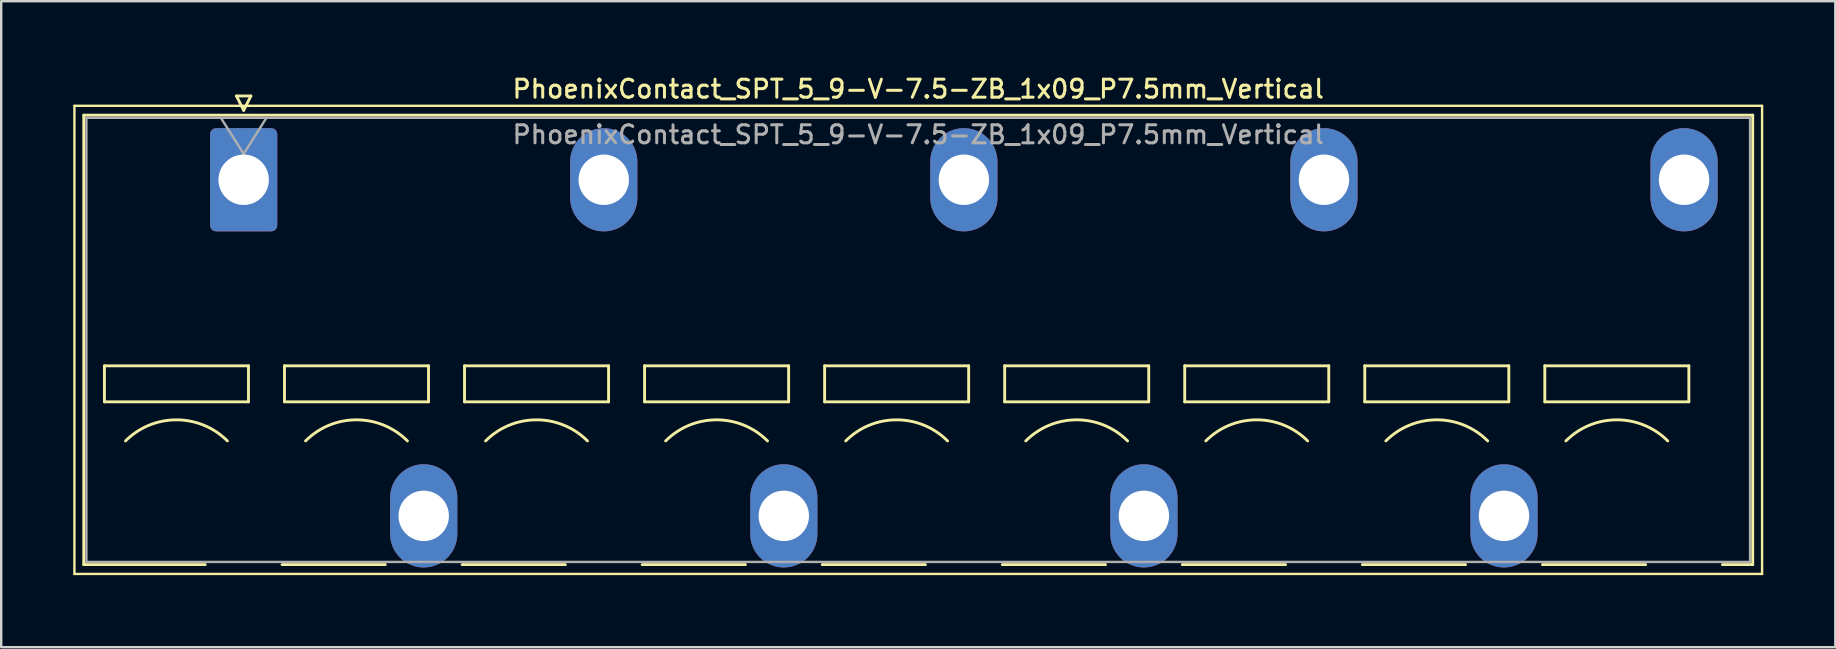
<source format=kicad_pcb>
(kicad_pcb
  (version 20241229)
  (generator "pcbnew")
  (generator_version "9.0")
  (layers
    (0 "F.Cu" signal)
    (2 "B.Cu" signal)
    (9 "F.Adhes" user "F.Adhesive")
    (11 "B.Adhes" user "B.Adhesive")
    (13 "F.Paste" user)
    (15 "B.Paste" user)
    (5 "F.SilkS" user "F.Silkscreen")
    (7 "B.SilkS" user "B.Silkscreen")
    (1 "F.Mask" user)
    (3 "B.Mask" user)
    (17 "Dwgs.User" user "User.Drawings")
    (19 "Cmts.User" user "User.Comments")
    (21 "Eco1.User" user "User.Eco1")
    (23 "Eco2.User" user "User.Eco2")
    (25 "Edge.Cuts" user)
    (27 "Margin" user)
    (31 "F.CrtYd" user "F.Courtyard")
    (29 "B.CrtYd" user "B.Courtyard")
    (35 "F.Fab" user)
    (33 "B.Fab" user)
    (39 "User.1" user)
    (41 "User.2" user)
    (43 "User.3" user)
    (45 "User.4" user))
  (footprint "PhoenixContact_SPT_5_9-V-7.5-ZB_1x09_P7.5mm_Vertical"
    (layer "F.Cu")
    (at 7.1 4.438)
    (property "Reference" "PhoenixContact_SPT_5_9-V-7.5-ZB_1x09_P7.5mm_Vertical" (at 28.1 -3.78 0) (layer "F.SilkS") (effects (font (size 0.75 0.75) (thickness 0.125))))
    (attr through_hole)
    (fp_line (start -7.05 -3.08) (end -7.05 16.42) (stroke (width 0.1) (type solid)) (layer "F.SilkS"))
    (fp_line (start -7.05 16.42) (end 63.25 16.42) (stroke (width 0.1) (type solid)) (layer "F.SilkS"))
    (fp_line (start -6.66 -2.69) (end 62.86 -2.69) (stroke (width 0.12) (type solid)) (layer "F.SilkS"))
    (fp_line (start -6.66 16.03) (end -6.66 -2.69) (stroke (width 0.12) (type solid)) (layer "F.SilkS"))
    (fp_line (start -6.66 16.03) (end -1.6 16.03) (stroke (width 0.12) (type solid)) (layer "F.SilkS"))
    (fp_line (start -5.8 7.75) (end -5.8 9.25) (stroke (width 0.12) (type solid)) (layer "F.SilkS"))
    (fp_line (start -5.8 9.25) (end 0.2 9.25) (stroke (width 0.12) (type solid)) (layer "F.SilkS"))
    (fp_line (start -0.3 -3.49) (end 0 -2.89) (stroke (width 0.12) (type solid)) (layer "F.SilkS"))
    (fp_line (start -0.3 -3.49) (end 0.3 -3.49) (stroke (width 0.12) (type solid)) (layer "F.SilkS"))
    (fp_line (start 0.2 7.75) (end -5.8 7.75) (stroke (width 0.12) (type solid)) (layer "F.SilkS"))
    (fp_line (start 0.2 9.25) (end 0.2 7.75) (stroke (width 0.12) (type solid)) (layer "F.SilkS"))
    (fp_line (start 0.3 -3.49) (end 0 -2.89) (stroke (width 0.12) (type solid)) (layer "F.SilkS"))
    (fp_line (start 1.6 16.03) (end 5.9 16.03) (stroke (width 0.12) (type solid)) (layer "F.SilkS"))
    (fp_line (start 1.7 7.75) (end 1.7 9.25) (stroke (width 0.12) (type solid)) (layer "F.SilkS"))
    (fp_line (start 1.7 9.25) (end 7.7 9.25) (stroke (width 0.12) (type solid)) (layer "F.SilkS"))
    (fp_line (start 7.7 7.75) (end 1.7 7.75) (stroke (width 0.12) (type solid)) (layer "F.SilkS"))
    (fp_line (start 7.7 9.25) (end 7.7 7.75) (stroke (width 0.12) (type solid)) (layer "F.SilkS"))
    (fp_line (start 9.1 16.03) (end 13.4 16.03) (stroke (width 0.12) (type solid)) (layer "F.SilkS"))
    (fp_line (start 9.2 7.75) (end 9.2 9.25) (stroke (width 0.12) (type solid)) (layer "F.SilkS"))
    (fp_line (start 9.2 9.25) (end 15.2 9.25) (stroke (width 0.12) (type solid)) (layer "F.SilkS"))
    (fp_line (start 15.2 7.75) (end 9.2 7.75) (stroke (width 0.12) (type solid)) (layer "F.SilkS"))
    (fp_line (start 15.2 9.25) (end 15.2 7.75) (stroke (width 0.12) (type solid)) (layer "F.SilkS"))
    (fp_line (start 16.6 16.03) (end 20.9 16.03) (stroke (width 0.12) (type solid)) (layer "F.SilkS"))
    (fp_line (start 16.7 7.75) (end 16.7 9.25) (stroke (width 0.12) (type solid)) (layer "F.SilkS"))
    (fp_line (start 16.7 9.25) (end 22.7 9.25) (stroke (width 0.12) (type solid)) (layer "F.SilkS"))
    (fp_line (start 22.7 7.75) (end 16.7 7.75) (stroke (width 0.12) (type solid)) (layer "F.SilkS"))
    (fp_line (start 22.7 9.25) (end 22.7 7.75) (stroke (width 0.12) (type solid)) (layer "F.SilkS"))
    (fp_line (start 24.1 16.03) (end 28.4 16.03) (stroke (width 0.12) (type solid)) (layer "F.SilkS"))
    (fp_line (start 24.2 7.75) (end 24.2 9.25) (stroke (width 0.12) (type solid)) (layer "F.SilkS"))
    (fp_line (start 24.2 9.25) (end 30.2 9.25) (stroke (width 0.12) (type solid)) (layer "F.SilkS"))
    (fp_line (start 30.2 7.75) (end 24.2 7.75) (stroke (width 0.12) (type solid)) (layer "F.SilkS"))
    (fp_line (start 30.2 9.25) (end 30.2 7.75) (stroke (width 0.12) (type solid)) (layer "F.SilkS"))
    (fp_line (start 31.6 16.03) (end 35.9 16.03) (stroke (width 0.12) (type solid)) (layer "F.SilkS"))
    (fp_line (start 31.7 7.75) (end 31.7 9.25) (stroke (width 0.12) (type solid)) (layer "F.SilkS"))
    (fp_line (start 31.7 9.25) (end 37.7 9.25) (stroke (width 0.12) (type solid)) (layer "F.SilkS"))
    (fp_line (start 37.7 7.75) (end 31.7 7.75) (stroke (width 0.12) (type solid)) (layer "F.SilkS"))
    (fp_line (start 37.7 9.25) (end 37.7 7.75) (stroke (width 0.12) (type solid)) (layer "F.SilkS"))
    (fp_line (start 39.1 16.03) (end 43.4 16.03) (stroke (width 0.12) (type solid)) (layer "F.SilkS"))
    (fp_line (start 39.2 7.75) (end 39.2 9.25) (stroke (width 0.12) (type solid)) (layer "F.SilkS"))
    (fp_line (start 39.2 9.25) (end 45.2 9.25) (stroke (width 0.12) (type solid)) (layer "F.SilkS"))
    (fp_line (start 45.2 7.75) (end 39.2 7.75) (stroke (width 0.12) (type solid)) (layer "F.SilkS"))
    (fp_line (start 45.2 9.25) (end 45.2 7.75) (stroke (width 0.12) (type solid)) (layer "F.SilkS"))
    (fp_line (start 46.6 16.03) (end 50.9 16.03) (stroke (width 0.12) (type solid)) (layer "F.SilkS"))
    (fp_line (start 46.7 7.75) (end 46.7 9.25) (stroke (width 0.12) (type solid)) (layer "F.SilkS"))
    (fp_line (start 46.7 9.25) (end 52.7 9.25) (stroke (width 0.12) (type solid)) (layer "F.SilkS"))
    (fp_line (start 52.7 7.75) (end 46.7 7.75) (stroke (width 0.12) (type solid)) (layer "F.SilkS"))
    (fp_line (start 52.7 9.25) (end 52.7 7.75) (stroke (width 0.12) (type solid)) (layer "F.SilkS"))
    (fp_line (start 54.1 16.03) (end 58.4 16.03) (stroke (width 0.12) (type solid)) (layer "F.SilkS"))
    (fp_line (start 54.2 7.75) (end 54.2 9.25) (stroke (width 0.12) (type solid)) (layer "F.SilkS"))
    (fp_line (start 54.2 9.25) (end 60.2 9.25) (stroke (width 0.12) (type solid)) (layer "F.SilkS"))
    (fp_line (start 60.2 7.75) (end 54.2 7.75) (stroke (width 0.12) (type solid)) (layer "F.SilkS"))
    (fp_line (start 60.2 9.25) (end 60.2 7.75) (stroke (width 0.12) (type solid)) (layer "F.SilkS"))
    (fp_line (start 61.6 16.03) (end 62.86 16.03) (stroke (width 0.12) (type solid)) (layer "F.SilkS"))
    (fp_line (start 62.86 -2.69) (end 62.86 16.03) (stroke (width 0.12) (type solid)) (layer "F.SilkS"))
    (fp_line (start 63.25 -3.08) (end -7.05 -3.08) (stroke (width 0.1) (type solid)) (layer "F.SilkS"))
    (fp_line (start 63.25 16.42) (end 63.25 -3.08) (stroke (width 0.1) (type solid)) (layer "F.SilkS"))
    (fp_arc (start -4.92132 10.87868) (mid -2.8 10) (end -0.67868 10.87868) (stroke (width 0.12) (type solid)) (layer "F.SilkS"))
    (fp_arc (start 2.57868 10.87868) (mid 4.7 10) (end 6.82132 10.87868) (stroke (width 0.12) (type solid)) (layer "F.SilkS"))
    (fp_arc (start 10.07868 10.87868) (mid 12.2 10) (end 14.32132 10.87868) (stroke (width 0.12) (type solid)) (layer "F.SilkS"))
    (fp_arc (start 17.57868 10.87868) (mid 19.7 10) (end 21.82132 10.87868) (stroke (width 0.12) (type solid)) (layer "F.SilkS"))
    (fp_arc (start 25.07868 10.87868) (mid 27.2 10) (end 29.32132 10.87868) (stroke (width 0.12) (type solid)) (layer "F.SilkS"))
    (fp_arc (start 32.57868 10.87868) (mid 34.7 10) (end 36.82132 10.87868) (stroke (width 0.12) (type solid)) (layer "F.SilkS"))
    (fp_arc (start 40.07868 10.87868) (mid 42.2 10) (end 44.32132 10.87868) (stroke (width 0.12) (type solid)) (layer "F.SilkS"))
    (fp_arc (start 47.57868 10.87868) (mid 49.7 10) (end 51.82132 10.87868) (stroke (width 0.12) (type solid)) (layer "F.SilkS"))
    (fp_arc (start 55.07868 10.87868) (mid 57.2 10) (end 59.32132 10.87868) (stroke (width 0.12) (type solid)) (layer "F.SilkS"))
    (fp_line (start -6.55 -2.58) (end -6.55 15.92) (stroke (width 0.1) (type solid)) (layer "F.Fab"))
    (fp_line (start -6.55 15.92) (end 62.75 15.92) (stroke (width 0.1) (type solid)) (layer "F.Fab"))
    (fp_line (start -0.95 -2.58) (end 0 -1.08) (stroke (width 0.1) (type solid)) (layer "F.Fab"))
    (fp_line (start 0.95 -2.58) (end 0 -1.08) (stroke (width 0.1) (type solid)) (layer "F.Fab"))
    (fp_line (start 62.75 -2.58) (end -6.55 -2.58) (stroke (width 0.1) (type solid)) (layer "F.Fab"))
    (fp_line (start 62.75 15.92) (end 62.75 -2.58) (stroke (width 0.1) (type solid)) (layer "F.Fab"))
    (fp_text user "${REFERENCE}" (at 28.1 -1.88 0) (layer "F.Fab") (effects (font (size 0.75 0.75) (thickness 0.125))))
    (pad "1" thru_hole roundrect (at 0 0) (size 2.8 4.3) (drill 2.1) (layers "*.Cu" "*.Mask") (roundrect_rratio 0.089))
    (pad "2" thru_hole oval (at 7.5 14) (size 2.8 4.3) (drill 2.1) (layers "*.Cu" "*.Mask"))
    (pad "3" thru_hole oval (at 15 0) (size 2.8 4.3) (drill 2.1) (layers "*.Cu" "*.Mask"))
    (pad "4" thru_hole oval (at 22.5 14) (size 2.8 4.3) (drill 2.1) (layers "*.Cu" "*.Mask"))
    (pad "5" thru_hole oval (at 30 0) (size 2.8 4.3) (drill 2.1) (layers "*.Cu" "*.Mask"))
    (pad "6" thru_hole oval (at 37.5 14) (size 2.8 4.3) (drill 2.1) (layers "*.Cu" "*.Mask"))
    (pad "7" thru_hole oval (at 45 0) (size 2.8 4.3) (drill 2.1) (layers "*.Cu" "*.Mask"))
    (pad "8" thru_hole oval (at 52.5 14) (size 2.8 4.3) (drill 2.1) (layers "*.Cu" "*.Mask"))
    (pad "9" thru_hole oval (at 60 0) (size 2.8 4.3) (drill 2.1) (layers "*.Cu" "*.Mask")))
  (gr_rect
    (start -3 -3)
    (end 73.4 23.908)
    (stroke (width 0.1) (type default))
    (fill no)
    (layer "Edge.Cuts")))
</source>
